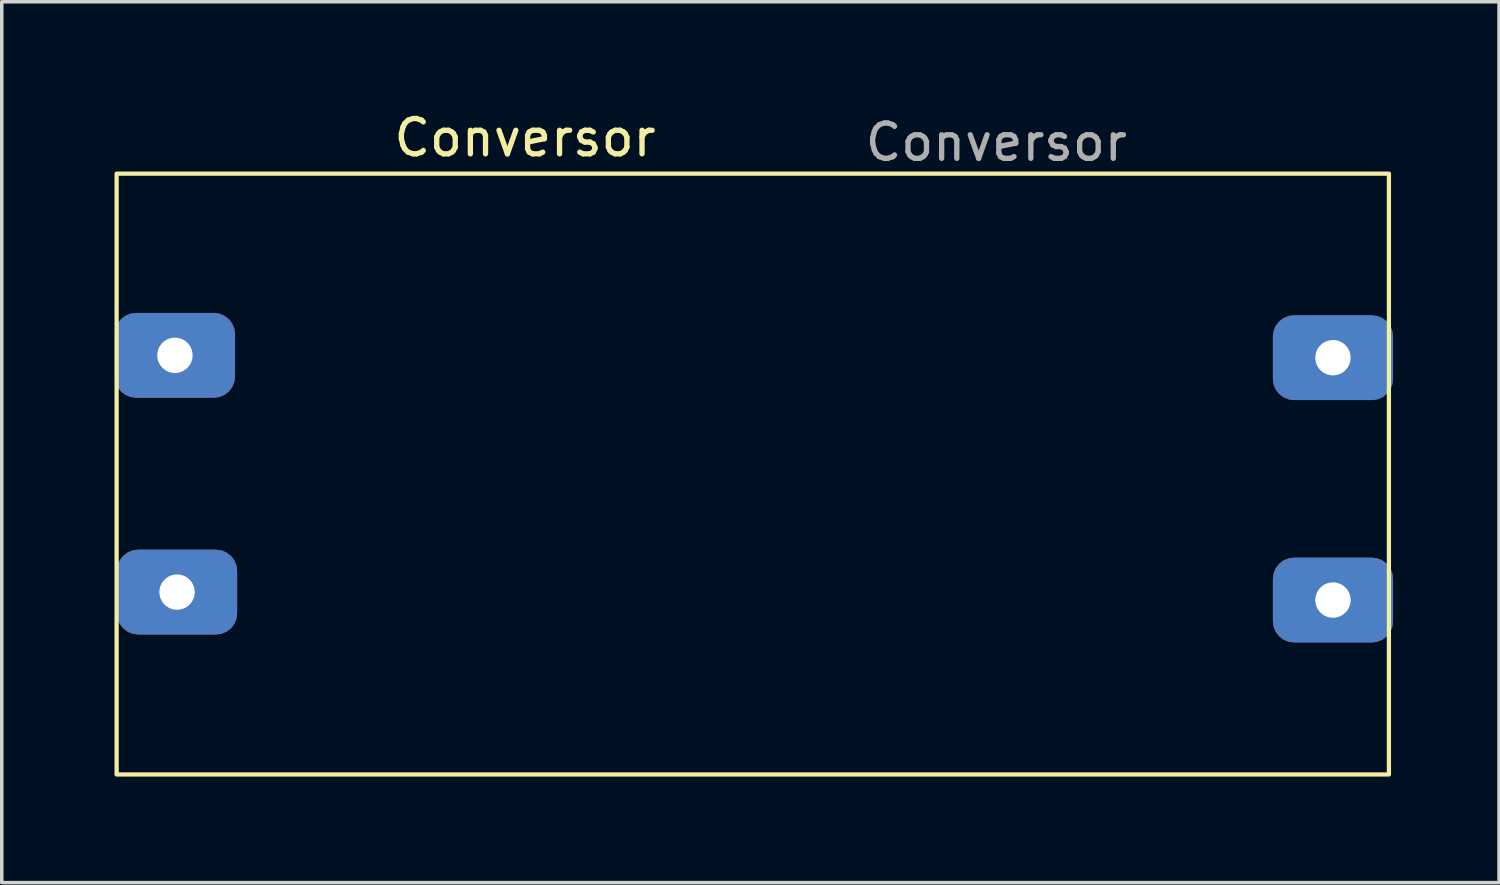
<source format=kicad_pcb>
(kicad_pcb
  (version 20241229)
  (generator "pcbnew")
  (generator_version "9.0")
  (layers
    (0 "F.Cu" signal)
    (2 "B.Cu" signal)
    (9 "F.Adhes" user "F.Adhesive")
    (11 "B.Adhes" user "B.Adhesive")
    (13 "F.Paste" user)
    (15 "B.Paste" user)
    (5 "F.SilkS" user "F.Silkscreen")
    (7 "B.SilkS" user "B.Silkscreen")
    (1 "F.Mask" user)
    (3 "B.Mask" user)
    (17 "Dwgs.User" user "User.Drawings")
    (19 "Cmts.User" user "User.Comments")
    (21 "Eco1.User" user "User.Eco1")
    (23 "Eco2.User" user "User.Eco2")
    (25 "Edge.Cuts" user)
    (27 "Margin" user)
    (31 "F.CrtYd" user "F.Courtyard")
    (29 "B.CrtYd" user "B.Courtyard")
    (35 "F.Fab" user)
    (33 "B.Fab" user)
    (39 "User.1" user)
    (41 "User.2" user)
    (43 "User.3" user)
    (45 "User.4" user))
  (footprint "Conversor"
    (layer "F.Cu")
    (at 0.25 1.864)
    (property "Reference" "Conversor" (at 11.557 -1.016 0) (unlocked yes) (layer "F.SilkS") (effects (font (size 1 1) (thickness 0.15))))
    (attr smd)
    (fp_rect (start 0 17) (end 36 0) (stroke (width 0.12) (type solid)) (fill no) (layer "F.SilkS"))
    (fp_text user "${REFERENCE}" (at 24.892 -0.889 0) (unlocked yes) (layer "F.Fab") (effects (font (size 1 1) (thickness 0.15))))
    (pad "1" thru_hole roundrect (at 1.65 5.14) (size 3.4 2.4) (drill 1) (layers "*.Cu" "*.Mask") (roundrect_rratio 0.25))
    (pad "2" thru_hole roundrect (at 1.71 11.84) (size 3.4 2.4) (drill 1) (layers "*.Cu" "*.Mask") (roundrect_rratio 0.25))
    (pad "3" thru_hole roundrect (at 34.417 12.065) (size 3.4 2.4) (drill 1) (layers "*.Cu" "*.Mask") (roundrect_rratio 0.25))
    (pad "4" thru_hole roundrect (at 34.417 5.207) (size 3.4 2.4) (drill 1) (layers "*.Cu" "*.Mask") (roundrect_rratio 0.25)))
  (gr_rect
    (start -3 -3)
    (end 39.367 21.924)
    (stroke (width 0.1) (type default))
    (fill no)
    (layer "Edge.Cuts")))
</source>
